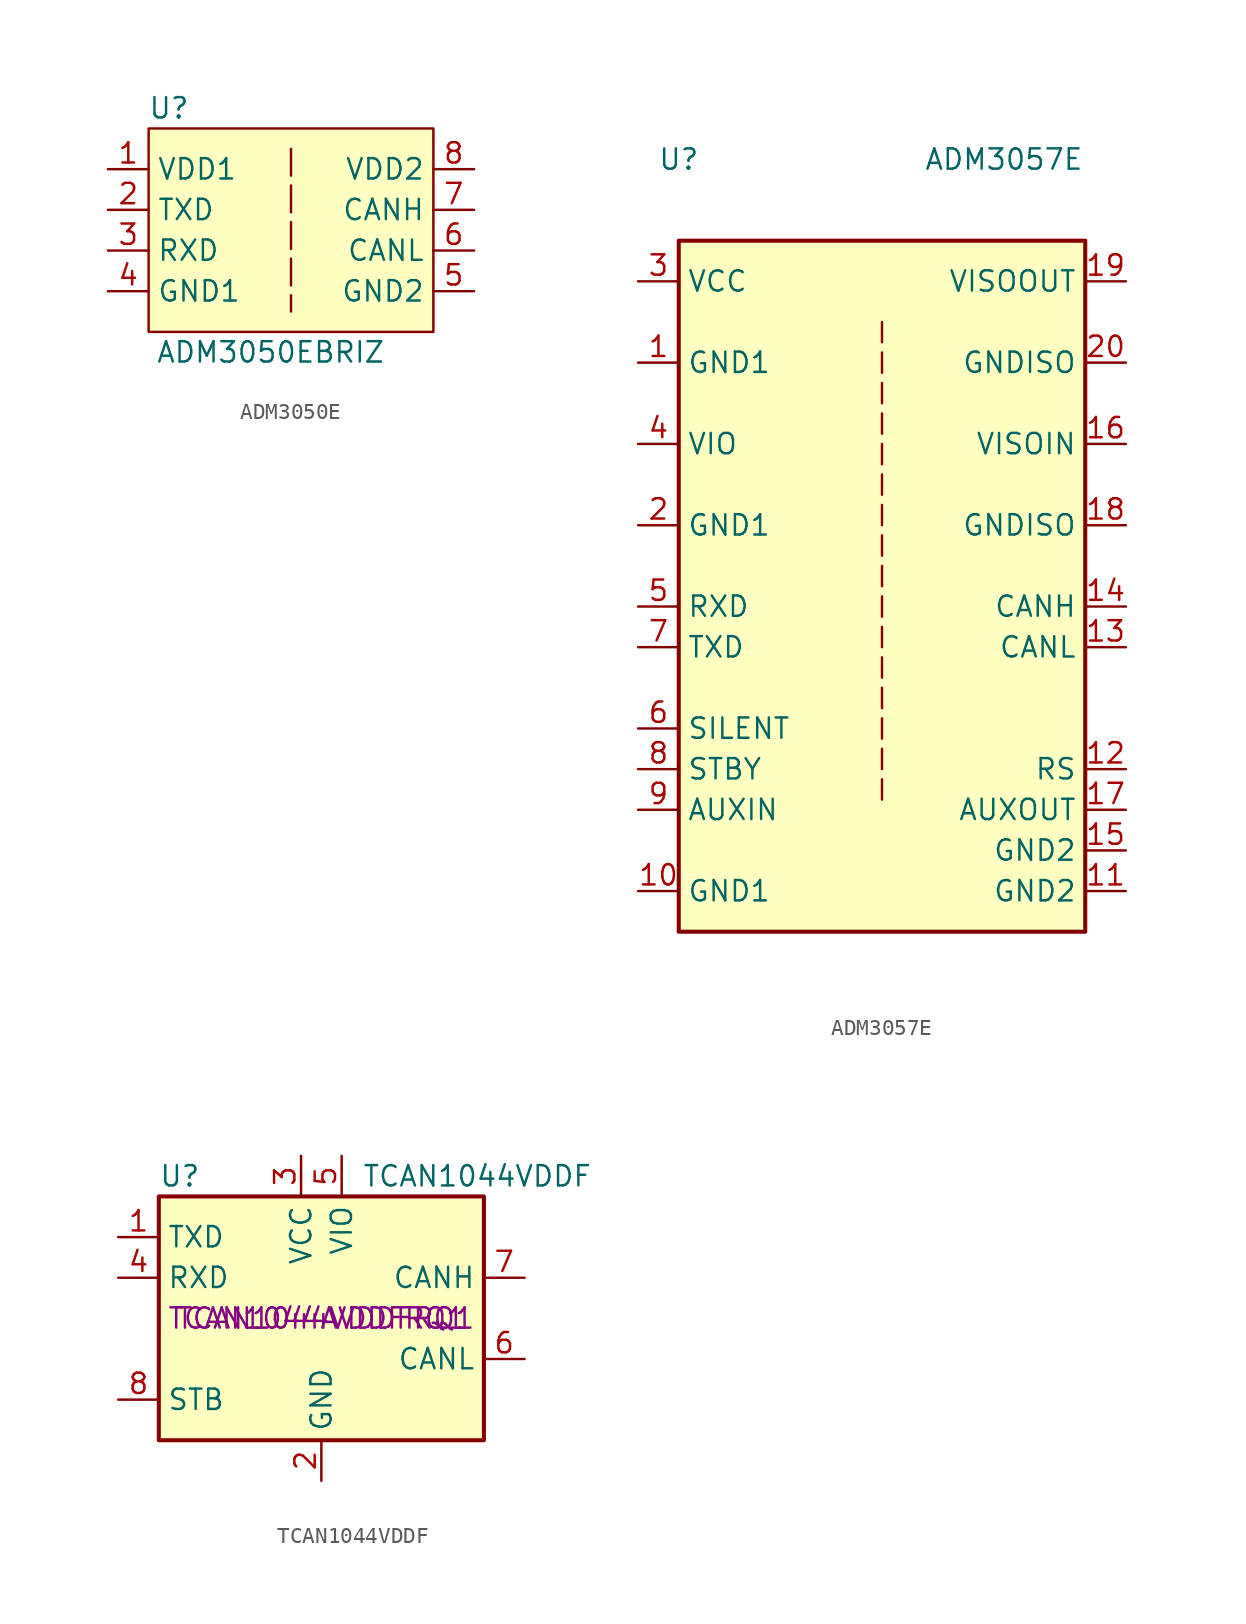
<source format=kicad_sym>
(kicad_symbol_lib
  (version 20220914)
  (generator kicad_symbol_editor)
  (symbol "ADM3050E"
    (property "Reference" "U"
      (at 1.27 1.27 0)
      (effects (font (size 1.27 1.27))))
    (property "Value" "ADM3050EBRIZ"
      (at 7.62 -13.97 0)
      (effects (font (size 1.27 1.27))))
    (symbol "ADM3050E_1_1"
      (polyline (pts (xy 8.89 -1.27) (xy 8.89 -11.43)) (stroke (width 0) (type dash)) (fill (type none)))
      (rectangle (start 0 0) (end 17.78 -12.7) (stroke (width 0) (type default)) (fill (type background)))
      (pin power_in line (at -2.54 -2.54 0) (length 2.54) (name "VDD1" (effects (font (size 1.27 1.27)))) (number "1" (effects (font (size 1.27 1.27)))))
      (pin input line (at -2.54 -5.08 0) (length 2.54) (name "TXD" (effects (font (size 1.27 1.27)))) (number "2" (effects (font (size 1.27 1.27)))))
      (pin output line (at -2.54 -7.62 0) (length 2.54) (name "RXD" (effects (font (size 1.27 1.27)))) (number "3" (effects (font (size 1.27 1.27)))))
      (pin power_in line (at -2.54 -10.16 0) (length 2.54) (name "GND1" (effects (font (size 1.27 1.27)))) (number "4" (effects (font (size 1.27 1.27)))))
      (pin power_in line (at 20.32 -10.16 180) (length 2.54) (name "GND2" (effects (font (size 1.27 1.27)))) (number "5" (effects (font (size 1.27 1.27)))))
      (pin bidirectional line (at 20.32 -7.62 180) (length 2.54) (name "CANL" (effects (font (size 1.27 1.27)))) (number "6" (effects (font (size 1.27 1.27)))))
      (pin bidirectional line (at 20.32 -5.08 180) (length 2.54) (name "CANH" (effects (font (size 1.27 1.27)))) (number "7" (effects (font (size 1.27 1.27)))))
      (pin power_in line (at 20.32 -2.54 180) (length 2.54) (name "VDD2" (effects (font (size 1.27 1.27)))) (number "8" (effects (font (size 1.27 1.27)))))))
  (symbol "ADM3057E"
    (property "Reference" "U"
      (at -12.7 25.4 0)
      (effects (font (size 1.27 1.27))))
    (property "Value" "ADM3057E"
      (at 7.62 25.4 0)
      (effects (font (size 1.27 1.27))))
    (symbol "ADM3057E_0_1"
      (rectangle (start -12.7 20.32) (end 12.7 -22.86) (stroke (width 0.254) (type default)) (fill (type background)))
      (polyline (pts (xy 0 -13.335) (xy 0 -14.605)) (stroke (width 0) (type default)) (fill (type none)))
      (polyline (pts (xy 0 -11.43) (xy 0 -12.7)) (stroke (width 0) (type default)) (fill (type none)))
      (polyline (pts (xy 0 -9.525) (xy 0 -10.795)) (stroke (width 0) (type default)) (fill (type none)))
      (polyline (pts (xy 0 -7.62) (xy 0 -8.89)) (stroke (width 0) (type default)) (fill (type none)))
      (polyline (pts (xy 0 -5.715) (xy 0 -6.985)) (stroke (width 0) (type default)) (fill (type none)))
      (polyline (pts (xy 0 -3.81) (xy 0 -5.08)) (stroke (width 0) (type default)) (fill (type none)))
      (polyline (pts (xy 0 -1.905) (xy 0 -3.175)) (stroke (width 0) (type default)) (fill (type none)))
      (polyline (pts (xy 0 0) (xy 0 -1.27)) (stroke (width 0) (type default)) (fill (type none)))
      (polyline (pts (xy 0 1.905) (xy 0 0.635)) (stroke (width 0) (type default)) (fill (type none)))
      (polyline (pts (xy 0 3.81) (xy 0 2.54)) (stroke (width 0) (type default)) (fill (type none)))
      (polyline (pts (xy 0 5.715) (xy 0 4.445)) (stroke (width 0) (type default)) (fill (type none)))
      (polyline (pts (xy 0 7.62) (xy 0 6.35)) (stroke (width 0) (type default)) (fill (type none)))
      (polyline (pts (xy 0 9.525) (xy 0 8.255)) (stroke (width 0) (type default)) (fill (type none)))
      (polyline (pts (xy 0 11.43) (xy 0 10.16)) (stroke (width 0) (type default)) (fill (type none)))
      (polyline (pts (xy 0 13.335) (xy 0 12.065)) (stroke (width 0) (type default)) (fill (type none)))
      (polyline (pts (xy 0 15.24) (xy 0 13.97)) (stroke (width 0) (type default)) (fill (type none))))
    (symbol "ADM3057E_1_1"
      (pin power_in line (at -15.24 12.7 0) (length 2.54) (name "GND1" (effects (font (size 1.27 1.27)))) (number "1" (effects (font (size 1.27 1.27)))))
      (pin passive line (at -15.24 -20.32 0) (length 2.54) (name "GND1" (effects (font (size 1.27 1.27)))) (number "10" (effects (font (size 1.27 1.27)))))
      (pin passive line (at 15.24 -20.32 180) (length 2.54) (name "GND2" (effects (font (size 1.27 1.27)))) (number "11" (effects (font (size 1.27 1.27)))))
      (pin input line (at 15.24 -12.7 180) (length 2.54) (name "RS" (effects (font (size 1.27 1.27)))) (number "12" (effects (font (size 1.27 1.27)))))
      (pin bidirectional line (at 15.24 -5.08 180) (length 2.54) (name "CANL" (effects (font (size 1.27 1.27)))) (number "13" (effects (font (size 1.27 1.27)))))
      (pin bidirectional line (at 15.24 -2.54 180) (length 2.54) (name "CANH" (effects (font (size 1.27 1.27)))) (number "14" (effects (font (size 1.27 1.27)))))
      (pin passive line (at 15.24 -17.78 180) (length 2.54) (name "GND2" (effects (font (size 1.27 1.27)))) (number "15" (effects (font (size 1.27 1.27)))))
      (pin passive line (at 15.24 7.62 180) (length 2.54) (name "VISOIN" (effects (font (size 1.27 1.27)))) (number "16" (effects (font (size 1.27 1.27)))))
      (pin output line (at 15.24 -15.24 180) (length 2.54) (name "AUXOUT" (effects (font (size 1.27 1.27)))) (number "17" (effects (font (size 1.27 1.27)))))
      (pin passive line (at 15.24 2.54 180) (length 2.54) (name "GNDISO" (effects (font (size 1.27 1.27)))) (number "18" (effects (font (size 1.27 1.27)))))
      (pin passive line (at 15.24 17.78 180) (length 2.54) (name "VISOOUT" (effects (font (size 1.27 1.27)))) (number "19" (effects (font (size 1.27 1.27)))))
      (pin passive line (at -15.24 2.54 0) (length 2.54) (name "GND1" (effects (font (size 1.27 1.27)))) (number "2" (effects (font (size 1.27 1.27)))))
      (pin passive line (at 15.24 12.7 180) (length 2.54) (name "GNDISO" (effects (font (size 1.27 1.27)))) (number "20" (effects (font (size 1.27 1.27)))))
      (pin power_in line (at -15.24 17.78 0) (length 2.54) (name "VCC" (effects (font (size 1.27 1.27)))) (number "3" (effects (font (size 1.27 1.27)))))
      (pin power_in line (at -15.24 7.62 0) (length 2.54) (name "VIO" (effects (font (size 1.27 1.27)))) (number "4" (effects (font (size 1.27 1.27)))))
      (pin output line (at -15.24 -2.54 0) (length 2.54) (name "RXD" (effects (font (size 1.27 1.27)))) (number "5" (effects (font (size 1.27 1.27)))))
      (pin input line (at -15.24 -10.16 0) (length 2.54) (name "SILENT" (effects (font (size 1.27 1.27)))) (number "6" (effects (font (size 1.27 1.27)))))
      (pin input line (at -15.24 -5.08 0) (length 2.54) (name "TXD" (effects (font (size 1.27 1.27)))) (number "7" (effects (font (size 1.27 1.27)))))
      (pin input line (at -15.24 -12.7 0) (length 2.54) (name "STBY" (effects (font (size 1.27 1.27)))) (number "8" (effects (font (size 1.27 1.27)))))
      (pin input line (at -15.24 -15.24 0) (length 2.54) (name "AUXIN" (effects (font (size 1.27 1.27)))) (number "9" (effects (font (size 1.27 1.27)))))))
  (symbol "TCAN1044VDDF"
    (property "Reference" "U"
      (at -10.16 8.89 0)
      (effects (font (size 1.27 1.27)) (justify left)))
    (property "Value" "TCAN1044VDDF"
      (at 2.54 8.89 0)
      (effects (font (size 1.27 1.27)) (justify left)))
    (property "Mpn1" "TCAN1044VDDFRQ1"
      (at 0 0 0)
      (effects (font (size 1.27 1.27))))
    (property "Mpn2" "TCAN1044AVDDFRQ1"
      (at 0 0 0)
      (effects (font (size 1.27 1.27))))
    (symbol "TCAN1044VDDF_0_1"
      (rectangle (start -10.16 7.62) (end 10.16 -7.62) (stroke (width 0.254) (type default)) (fill (type background))))
    (symbol "TCAN1044VDDF_1_1"
      (pin input line (at -12.7 5.08 0) (length 2.54) (name "TXD" (effects (font (size 1.27 1.27)))) (number "1" (effects (font (size 1.27 1.27)))))
      (pin power_in line (at 0 -10.16 90) (length 2.54) (name "GND" (effects (font (size 1.27 1.27)))) (number "2" (effects (font (size 1.27 1.27)))))
      (pin power_in line (at -1.27 10.16 270) (length 2.54) (name "VCC" (effects (font (size 1.27 1.27)))) (number "3" (effects (font (size 1.27 1.27)))))
      (pin tri_state line (at -12.7 2.54 0) (length 2.54) (name "RXD" (effects (font (size 1.27 1.27)))) (number "4" (effects (font (size 1.27 1.27)))))
      (pin power_in line (at 1.27 10.16 270) (length 2.54) (name "VIO" (effects (font (size 1.27 1.27)))) (number "5" (effects (font (size 1.27 1.27)))))
      (pin bidirectional line (at 12.7 -2.54 180) (length 2.54) (name "CANL" (effects (font (size 1.27 1.27)))) (number "6" (effects (font (size 1.27 1.27)))))
      (pin bidirectional line (at 12.7 2.54 180) (length 2.54) (name "CANH" (effects (font (size 1.27 1.27)))) (number "7" (effects (font (size 1.27 1.27)))))
      (pin input line (at -12.7 -5.08 0) (length 2.54) (name "STB" (effects (font (size 1.27 1.27)))) (number "8" (effects (font (size 1.27 1.27))))))))
</source>
